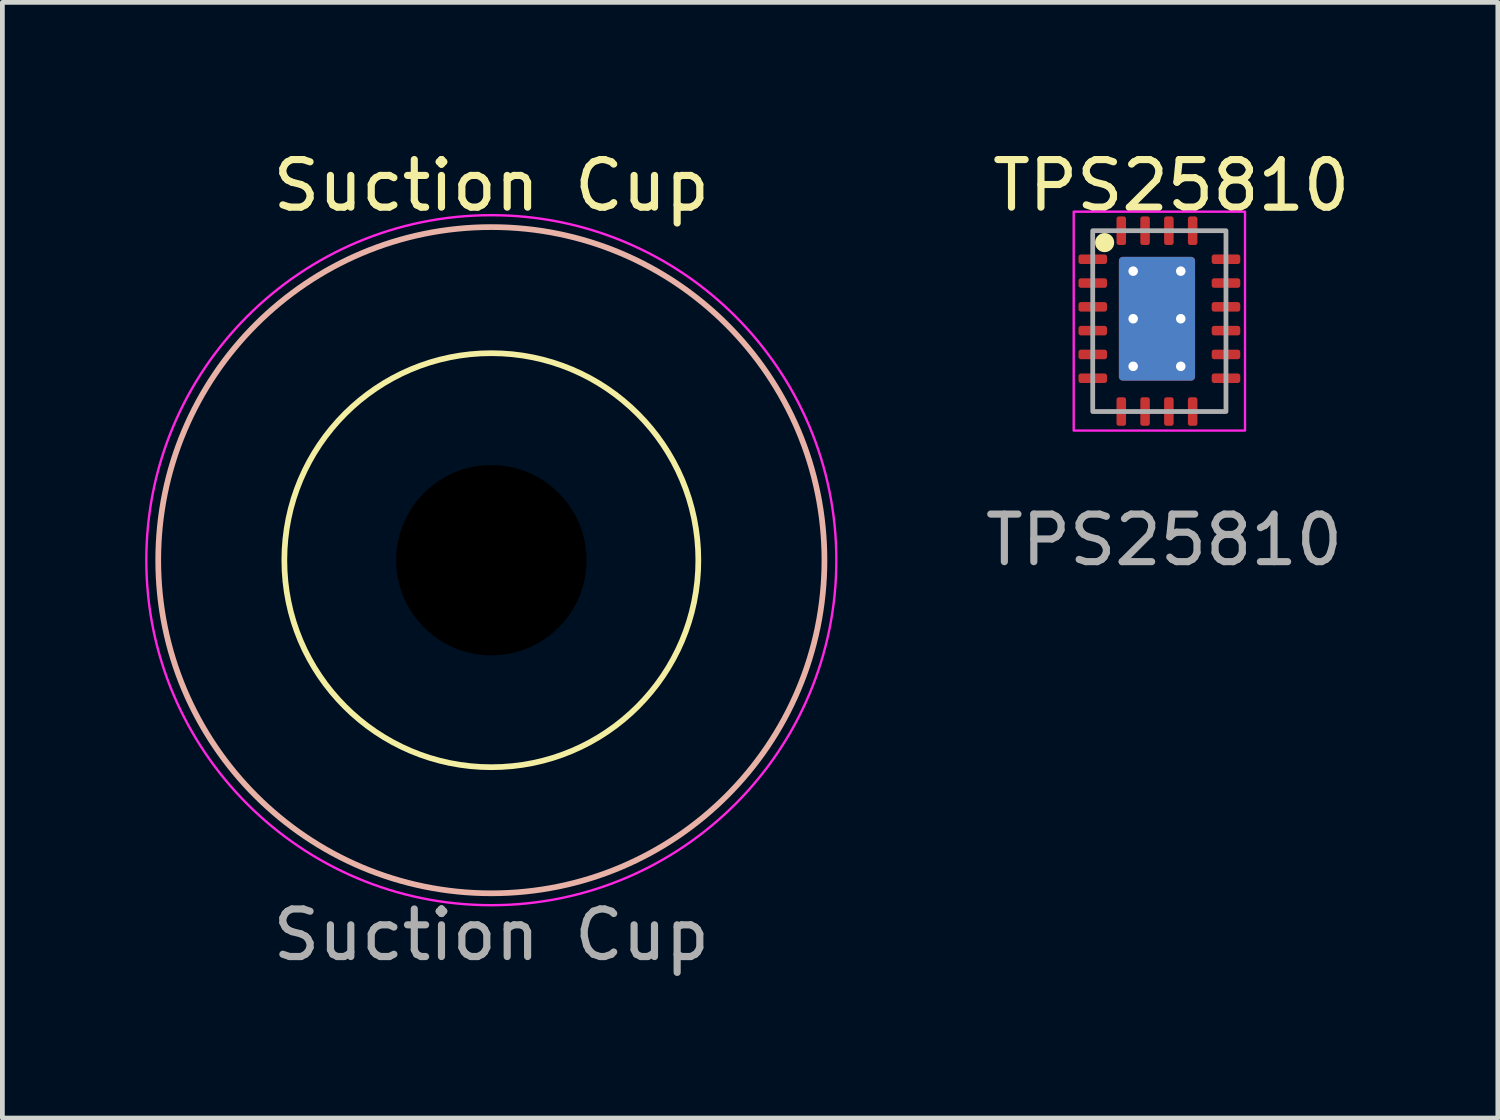
<source format=kicad_pcb>
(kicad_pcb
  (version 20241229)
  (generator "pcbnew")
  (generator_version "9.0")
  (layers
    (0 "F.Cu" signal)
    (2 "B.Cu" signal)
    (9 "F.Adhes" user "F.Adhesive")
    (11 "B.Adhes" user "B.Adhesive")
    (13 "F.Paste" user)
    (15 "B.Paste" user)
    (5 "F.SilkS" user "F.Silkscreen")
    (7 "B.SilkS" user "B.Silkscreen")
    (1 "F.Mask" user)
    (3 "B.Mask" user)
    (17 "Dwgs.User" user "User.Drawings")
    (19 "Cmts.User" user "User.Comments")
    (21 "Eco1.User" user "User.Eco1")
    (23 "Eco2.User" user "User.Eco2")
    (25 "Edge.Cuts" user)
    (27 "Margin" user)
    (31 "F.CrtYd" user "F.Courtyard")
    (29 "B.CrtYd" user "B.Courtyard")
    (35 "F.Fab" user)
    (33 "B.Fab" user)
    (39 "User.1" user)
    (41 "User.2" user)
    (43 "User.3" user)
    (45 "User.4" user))
  (footprint "TPS25810"
    (layer "F.Cu")
    (at 24.713 7.398)
    (property "Reference" "TPS25810" (at -3.15 -6.55 0) (unlocked yes) (layer "F.SilkS") (effects (font (size 1 1) (thickness 0.15))))
    (attr smd)
    (fp_circle (center -4.55 -5.35) (end -4.409 -5.35) (stroke (width 0.12) (type solid)) (fill yes) (layer "F.SilkS"))
    (fp_rect (start -4.185 -3.55) (end -2.715 -2.53) (stroke (width 0.12) (type solid)) (fill yes) (layer "F.Paste"))
    (fp_rect (start -4.17 -4.97) (end -2.7 -3.95) (stroke (width 0.12) (type solid)) (fill yes) (layer "F.Paste"))
    (fp_rect (start -5.2 -6) (end -1.6 -1.4) (stroke (width 0.05) (type solid)) (fill no) (layer "F.CrtYd"))
    (fp_rect (start -4.8 -1.8) (end -2 -5.6) (stroke (width 0.1) (type solid)) (fill no) (layer "F.Fab"))
    (fp_text user "${REFERENCE}" (at -3.3 0.9 0) (unlocked yes) (layer "F.Fab") (effects (font (size 1 1) (thickness 0.15))))
    (pad "" thru_hole circle (at -3.95 -4.75) (size 0.25 0.25) (drill 0.2) (layers "*.Cu" "*.Mask"))
    (pad "" thru_hole circle (at -3.95 -3.75) (size 0.25 0.25) (drill 0.2) (layers "*.Cu" "*.Mask"))
    (pad "" thru_hole circle (at -3.95 -2.75) (size 0.25 0.25) (drill 0.2) (layers "*.Cu" "*.Mask"))
    (pad "" smd roundrect (at -3.45 -3.75) (size 1.6 2.6) (layers "F.Cu" "F.Mask" "F.Paste") (roundrect_rratio 0.05))
    (pad "" smd roundrect (at -3.45 -3.75) (size 1.6 2.6) (layers "B.Cu" "B.Mask" "B.Paste") (roundrect_rratio 0.05))
    (pad "" thru_hole circle (at -2.95 -4.75) (size 0.25 0.25) (drill 0.2) (layers "*.Cu" "*.Mask"))
    (pad "" thru_hole circle (at -2.95 -3.75) (size 0.25 0.25) (drill 0.2) (layers "*.Cu" "*.Mask"))
    (pad "" thru_hole circle (at -2.95 -2.75) (size 0.25 0.25) (drill 0.2) (layers "*.Cu" "*.Mask"))
    (pad "1" smd roundrect (at -4.8 -5 180) (size 0.6 0.2) (layers "F.Cu" "F.Mask" "F.Paste") (roundrect_rratio 0.25))
    (pad "2" smd roundrect (at -4.8 -4.5 180) (size 0.6 0.2) (layers "F.Cu" "F.Mask" "F.Paste") (roundrect_rratio 0.25))
    (pad "3" smd roundrect (at -4.8 -4 180) (size 0.6 0.2) (layers "F.Cu" "F.Mask" "F.Paste") (roundrect_rratio 0.25))
    (pad "4" smd roundrect (at -4.8 -3.5 180) (size 0.6 0.2) (layers "F.Cu" "F.Mask" "F.Paste") (roundrect_rratio 0.25))
    (pad "5" smd roundrect (at -4.8 -3 180) (size 0.6 0.2) (layers "F.Cu" "F.Mask" "F.Paste") (roundrect_rratio 0.25))
    (pad "6" smd roundrect (at -4.8 -2.5 180) (size 0.6 0.2) (layers "F.Cu" "F.Mask" "F.Paste") (roundrect_rratio 0.25))
    (pad "7" smd roundrect (at -4.2 -1.8 270) (size 0.6 0.2) (layers "F.Cu" "F.Mask" "F.Paste") (roundrect_rratio 0.25))
    (pad "8" smd roundrect (at -3.7 -1.8 270) (size 0.6 0.2) (layers "F.Cu" "F.Mask" "F.Paste") (roundrect_rratio 0.25))
    (pad "9" smd roundrect (at -3.2 -1.8 270) (size 0.6 0.2) (layers "F.Cu" "F.Mask" "F.Paste") (roundrect_rratio 0.25))
    (pad "10" smd roundrect (at -2.7 -1.8 270) (size 0.6 0.2) (layers "F.Cu" "F.Mask" "F.Paste") (roundrect_rratio 0.25))
    (pad "11" smd roundrect (at -2 -2.5 180) (size 0.6 0.2) (layers "F.Cu" "F.Mask" "F.Paste") (roundrect_rratio 0.25))
    (pad "12" smd roundrect (at -2 -3 180) (size 0.6 0.2) (layers "F.Cu" "F.Mask" "F.Paste") (roundrect_rratio 0.25))
    (pad "13" smd roundrect (at -2 -3.5 180) (size 0.6 0.2) (layers "F.Cu" "F.Mask" "F.Paste") (roundrect_rratio 0.25))
    (pad "14" smd roundrect (at -2 -4 180) (size 0.6 0.2) (layers "F.Cu" "F.Mask" "F.Paste") (roundrect_rratio 0.25))
    (pad "15" smd roundrect (at -2 -4.5 180) (size 0.6 0.2) (layers "F.Cu" "F.Mask" "F.Paste") (roundrect_rratio 0.25))
    (pad "16" smd roundrect (at -2 -5 180) (size 0.6 0.2) (layers "F.Cu" "F.Mask" "F.Paste") (roundrect_rratio 0.25))
    (pad "17" smd roundrect (at -2.7 -5.6 270) (size 0.6 0.2) (layers "F.Cu" "F.Mask" "F.Paste") (roundrect_rratio 0.25))
    (pad "18" smd roundrect (at -3.2 -5.6 270) (size 0.6 0.2) (layers "F.Cu" "F.Mask" "F.Paste") (roundrect_rratio 0.25))
    (pad "19" smd roundrect (at -3.7 -5.6 270) (size 0.6 0.2) (layers "F.Cu" "F.Mask" "F.Paste") (roundrect_rratio 0.25))
    (pad "20" smd roundrect (at -4.2 -5.6 270) (size 0.6 0.2) (layers "F.Cu" "F.Mask" "F.Paste") (roundrect_rratio 0.25)))
  (footprint "Suction Cup"
    (layer "F.Cu")
    (at 7.275 8.722)
    (property "Reference" "Suction Cup" (at 0 -7.874 0) (unlocked yes) (layer "F.SilkS") (effects (font (size 1 1) (thickness 0.15))))
    (fp_circle (center 0 0) (end 4.35 0) (stroke (width 0.12) (type solid)) (fill no) (layer "F.SilkS"))
    (fp_circle (center 0 0) (end 7 0) (stroke (width 0.12) (type solid)) (fill no) (layer "B.SilkS"))
    (fp_circle (center 0 0) (end 7.25 0) (stroke (width 0.05) (type solid)) (fill no) (layer "F.CrtYd"))
    (fp_text user "${REFERENCE}" (at 0 7.874 0) (unlocked yes) (layer "F.Fab") (effects (font (size 1 1) (thickness 0.15))))
    (pad "" np_thru_hole circle (at 0 0) (size 4 4) (drill 4) (layers "*.Mask")))
  (gr_rect
    (start -3 -3)
    (end 28.426 20.445)
    (stroke (width 0.1) (type default))
    (fill no)
    (layer "Edge.Cuts")))
</source>
